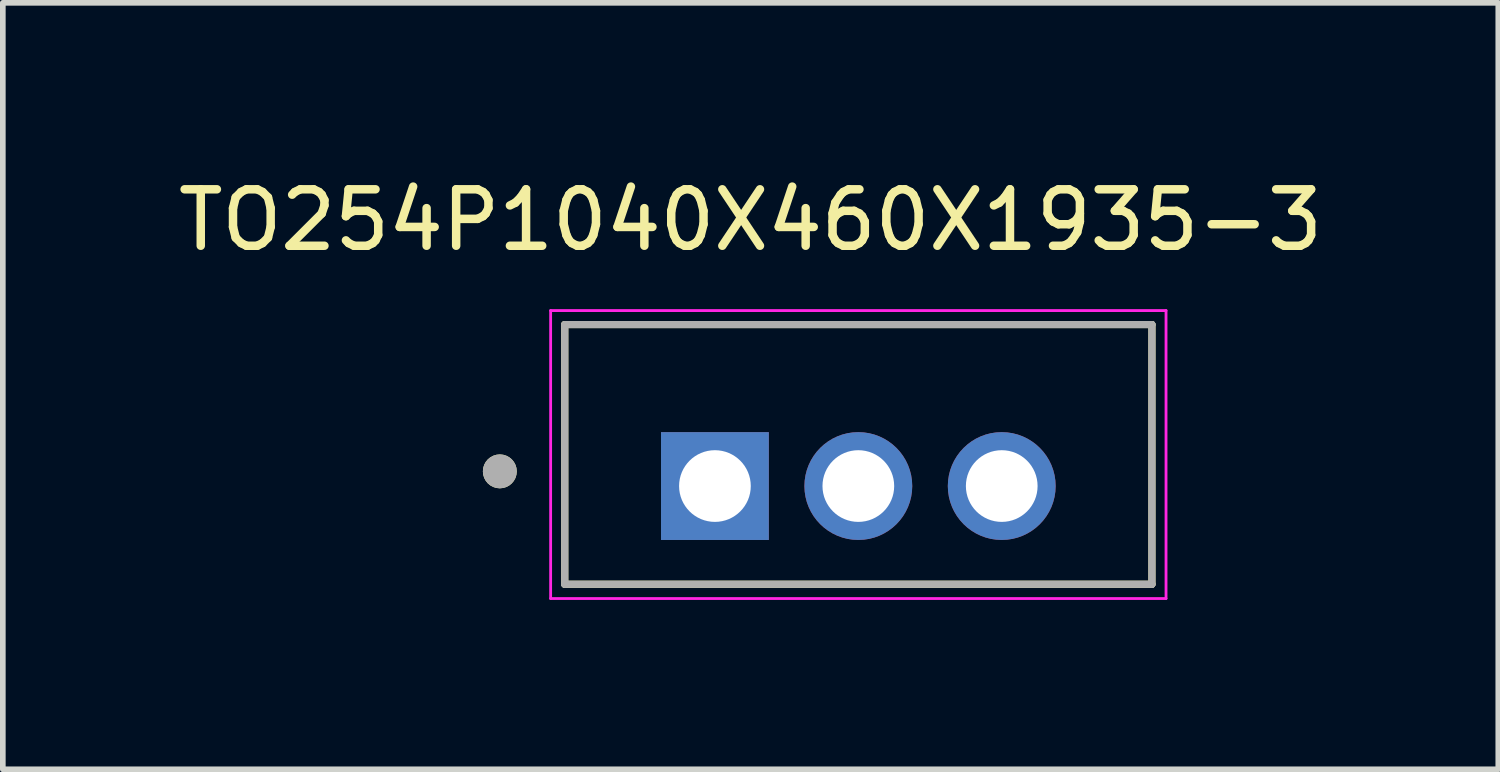
<source format=kicad_pcb>
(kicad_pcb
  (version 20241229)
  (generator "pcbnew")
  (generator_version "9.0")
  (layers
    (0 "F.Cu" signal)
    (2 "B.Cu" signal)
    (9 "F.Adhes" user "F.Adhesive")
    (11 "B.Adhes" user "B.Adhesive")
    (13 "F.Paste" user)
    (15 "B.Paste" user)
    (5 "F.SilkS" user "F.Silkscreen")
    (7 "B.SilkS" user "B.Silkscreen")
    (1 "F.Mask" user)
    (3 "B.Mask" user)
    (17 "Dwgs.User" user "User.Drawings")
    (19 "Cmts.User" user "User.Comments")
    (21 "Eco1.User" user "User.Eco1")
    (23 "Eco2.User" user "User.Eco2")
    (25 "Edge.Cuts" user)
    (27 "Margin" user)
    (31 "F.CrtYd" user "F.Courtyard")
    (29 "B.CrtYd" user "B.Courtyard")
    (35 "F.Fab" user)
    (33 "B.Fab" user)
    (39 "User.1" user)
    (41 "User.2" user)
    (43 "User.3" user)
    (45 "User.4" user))
  (footprint "TO254P1040X460X1935-3"
    (layer "F.Cu")
    (at 9.613 5.559)
    (property "Reference" "TO254P1040X460X1935-3" (at 0.631 -4.711 0) (layer "F.SilkS") (effects (font (size 1 1) (thickness 0.15))))
    (attr through_hole)
    (fp_line (start -2.66 -2.86) (end 7.74 -2.86) (stroke (width 0.127) (type solid)) (layer "F.SilkS"))
    (fp_line (start -2.66 1.74) (end -2.66 -2.86) (stroke (width 0.127) (type solid)) (layer "F.SilkS"))
    (fp_line (start 7.74 -2.86) (end 7.74 1.74) (stroke (width 0.127) (type solid)) (layer "F.SilkS"))
    (fp_line (start 7.74 1.74) (end -2.66 1.74) (stroke (width 0.127) (type solid)) (layer "F.SilkS"))
    (fp_circle (center -3.81 -0.26) (end -3.66 -0.26) (stroke (width 0.3) (type solid)) (fill no) (layer "F.SilkS"))
    (fp_line (start -2.91 -3.108) (end 7.99 -3.108) (stroke (width 0.05) (type solid)) (layer "F.CrtYd"))
    (fp_line (start -2.91 1.992) (end -2.91 -3.108) (stroke (width 0.05) (type solid)) (layer "F.CrtYd"))
    (fp_line (start 7.99 -3.108) (end 7.99 1.992) (stroke (width 0.05) (type solid)) (layer "F.CrtYd"))
    (fp_line (start 7.99 1.992) (end -2.91 1.992) (stroke (width 0.05) (type solid)) (layer "F.CrtYd"))
    (fp_line (start -2.66 -2.86) (end 7.74 -2.86) (stroke (width 0.127) (type solid)) (layer "F.Fab"))
    (fp_line (start -2.66 1.74) (end -2.66 -2.86) (stroke (width 0.127) (type solid)) (layer "F.Fab"))
    (fp_line (start 7.74 -2.86) (end 7.74 1.74) (stroke (width 0.127) (type solid)) (layer "F.Fab"))
    (fp_line (start 7.74 1.74) (end -2.66 1.74) (stroke (width 0.127) (type solid)) (layer "F.Fab"))
    (fp_circle (center -3.81 -0.26) (end -3.66 -0.26) (stroke (width 0.3) (type solid)) (fill no) (layer "F.Fab"))
    (pad "1" thru_hole rect (at 0 0) (size 1.91 1.91) (drill 1.27) (layers "*.Cu" "*.Mask"))
    (pad "2" thru_hole circle (at 2.54 0) (size 1.91 1.91) (drill 1.27) (layers "*.Cu" "*.Mask"))
    (pad "3" thru_hole circle (at 5.08 0) (size 1.91 1.91) (drill 1.27) (layers "*.Cu" "*.Mask")))
  (gr_rect
    (start -3 -3)
    (end 23.488 10.576)
    (stroke (width 0.1) (type default))
    (fill no)
    (layer "Edge.Cuts")))
</source>
